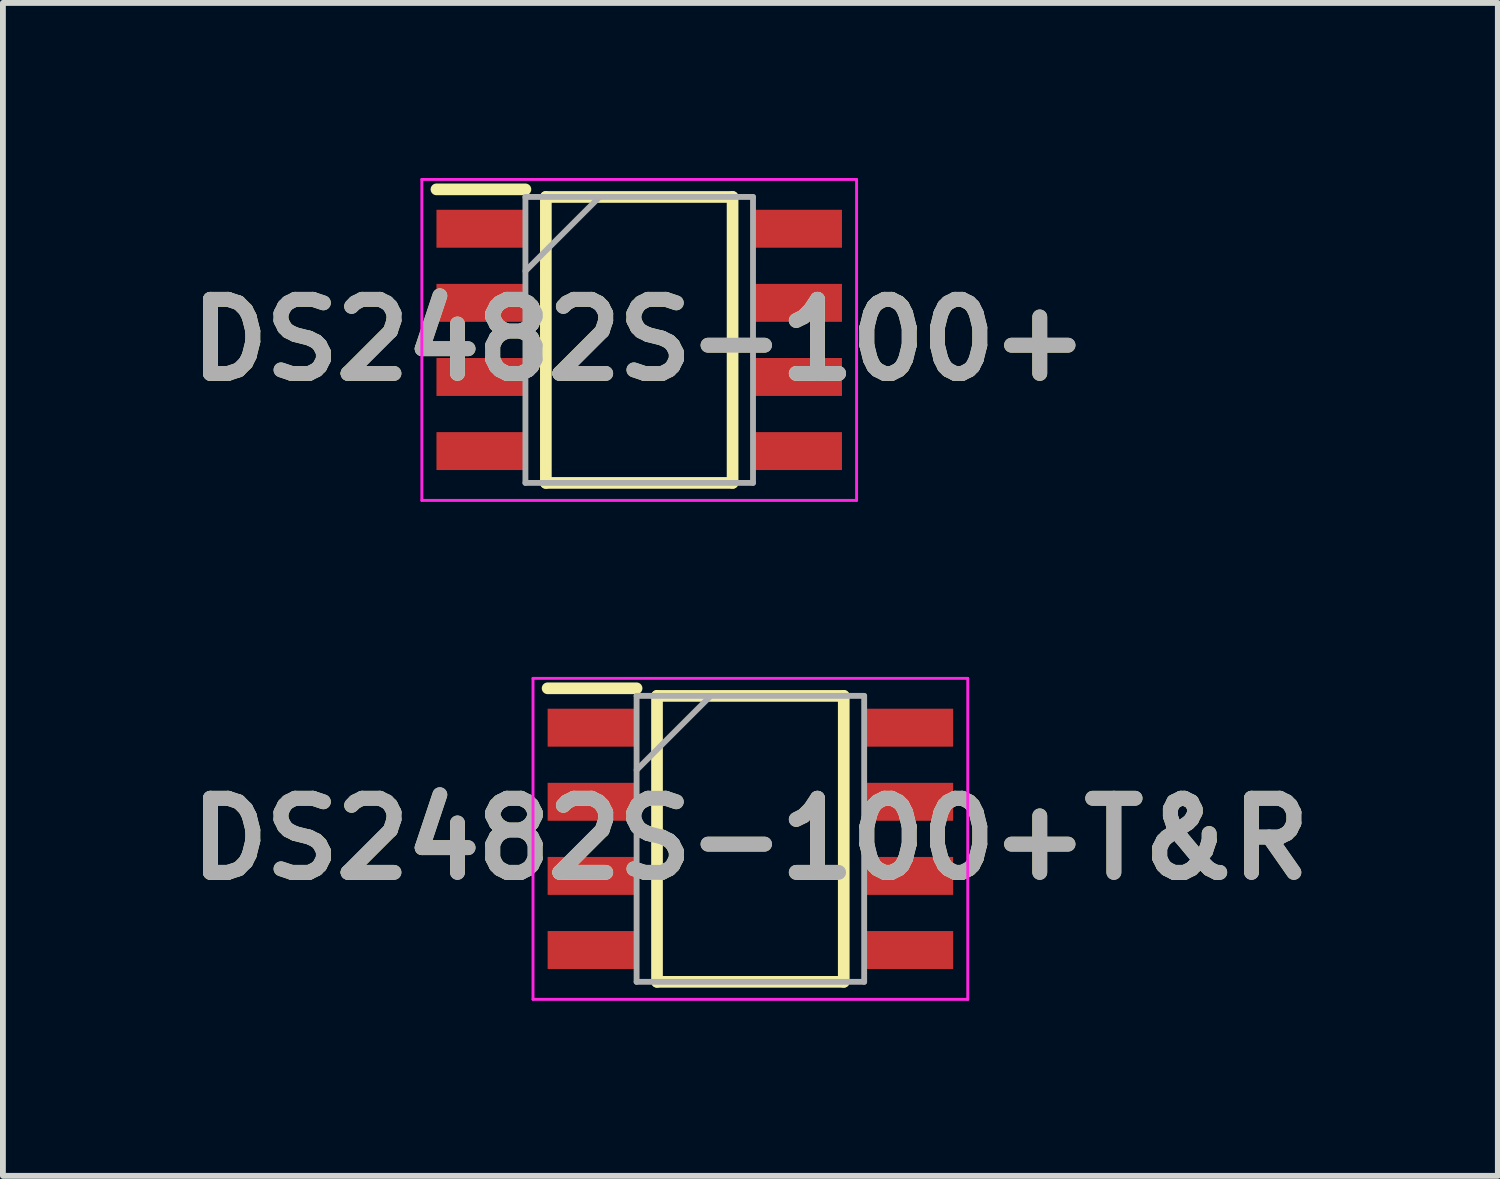
<source format=kicad_pcb>
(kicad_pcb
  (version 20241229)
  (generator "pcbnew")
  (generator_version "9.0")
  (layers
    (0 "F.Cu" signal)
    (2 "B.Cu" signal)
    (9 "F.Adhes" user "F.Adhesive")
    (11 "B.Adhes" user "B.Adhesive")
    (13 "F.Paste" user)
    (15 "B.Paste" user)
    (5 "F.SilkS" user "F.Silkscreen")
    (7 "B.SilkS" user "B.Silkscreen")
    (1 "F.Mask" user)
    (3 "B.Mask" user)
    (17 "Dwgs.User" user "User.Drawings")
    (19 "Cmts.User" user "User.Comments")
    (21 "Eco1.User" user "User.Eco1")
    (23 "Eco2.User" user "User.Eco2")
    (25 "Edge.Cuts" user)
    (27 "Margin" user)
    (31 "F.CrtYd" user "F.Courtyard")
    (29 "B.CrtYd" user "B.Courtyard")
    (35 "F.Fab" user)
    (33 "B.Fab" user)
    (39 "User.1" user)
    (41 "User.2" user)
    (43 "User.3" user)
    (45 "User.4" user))
  (footprint "DS2482S-100+T&R"
    (layer "F.Cu")
    (at 9.809 11.325)
    (property "Reference" "DS2482S-100+T&R" (at 0 0 0) (layer "F.SilkS") (effects (font (size 1.27 1.27) (thickness 0.254))))
    (attr smd)
    (fp_line (start -3.475 -2.58) (end -1.95 -2.58) (stroke (width 0.2) (type solid)) (layer "F.SilkS"))
    (fp_line (start -1.6 -2.45) (end 1.6 -2.45) (stroke (width 0.2) (type solid)) (layer "F.SilkS"))
    (fp_line (start -1.6 2.45) (end -1.6 -2.45) (stroke (width 0.2) (type solid)) (layer "F.SilkS"))
    (fp_line (start 1.6 -2.45) (end 1.6 2.45) (stroke (width 0.2) (type solid)) (layer "F.SilkS"))
    (fp_line (start 1.6 2.45) (end -1.6 2.45) (stroke (width 0.2) (type solid)) (layer "F.SilkS"))
    (fp_line (start -3.725 -2.75) (end 3.725 -2.75) (stroke (width 0.05) (type solid)) (layer "F.CrtYd"))
    (fp_line (start -3.725 2.75) (end -3.725 -2.75) (stroke (width 0.05) (type solid)) (layer "F.CrtYd"))
    (fp_line (start 3.725 -2.75) (end 3.725 2.75) (stroke (width 0.05) (type solid)) (layer "F.CrtYd"))
    (fp_line (start 3.725 2.75) (end -3.725 2.75) (stroke (width 0.05) (type solid)) (layer "F.CrtYd"))
    (fp_line (start -1.95 -2.45) (end 1.95 -2.45) (stroke (width 0.1) (type solid)) (layer "F.Fab"))
    (fp_line (start -1.95 -1.18) (end -0.68 -2.45) (stroke (width 0.1) (type solid)) (layer "F.Fab"))
    (fp_line (start -1.95 2.45) (end -1.95 -2.45) (stroke (width 0.1) (type solid)) (layer "F.Fab"))
    (fp_line (start 1.95 -2.45) (end 1.95 2.45) (stroke (width 0.1) (type solid)) (layer "F.Fab"))
    (fp_line (start 1.95 2.45) (end -1.95 2.45) (stroke (width 0.1) (type solid)) (layer "F.Fab"))
    (fp_text user "${REFERENCE}" (at 0 0 0) (layer "F.Fab") (effects (font (size 1.27 1.27) (thickness 0.254))))
    (pad "1" smd rect (at -2.712 -1.905 90) (size 0.65 1.525) (layers "F.Cu" "F.Mask" "F.Paste"))
    (pad "2" smd rect (at -2.712 -0.635 90) (size 0.65 1.525) (layers "F.Cu" "F.Mask" "F.Paste"))
    (pad "3" smd rect (at -2.712 0.635 90) (size 0.65 1.525) (layers "F.Cu" "F.Mask" "F.Paste"))
    (pad "4" smd rect (at -2.712 1.905 90) (size 0.65 1.525) (layers "F.Cu" "F.Mask" "F.Paste"))
    (pad "5" smd rect (at 2.712 1.905 90) (size 0.65 1.525) (layers "F.Cu" "F.Mask" "F.Paste"))
    (pad "6" smd rect (at 2.712 0.635 90) (size 0.65 1.525) (layers "F.Cu" "F.Mask" "F.Paste"))
    (pad "7" smd rect (at 2.712 -0.635 90) (size 0.65 1.525) (layers "F.Cu" "F.Mask" "F.Paste"))
    (pad "8" smd rect (at 2.712 -1.905 90) (size 0.65 1.525) (layers "F.Cu" "F.Mask" "F.Paste")))
  (footprint "DS2482S-100+"
    (layer "F.Cu")
    (at 7.904 2.775)
    (property "Reference" "DS2482S-100+" (at 0 0 0) (layer "F.SilkS") (effects (font (size 1.27 1.27) (thickness 0.254))))
    (attr smd)
    (fp_line (start -3.475 -2.58) (end -1.95 -2.58) (stroke (width 0.2) (type solid)) (layer "F.SilkS"))
    (fp_line (start -1.6 -2.45) (end 1.6 -2.45) (stroke (width 0.2) (type solid)) (layer "F.SilkS"))
    (fp_line (start -1.6 2.45) (end -1.6 -2.45) (stroke (width 0.2) (type solid)) (layer "F.SilkS"))
    (fp_line (start 1.6 -2.45) (end 1.6 2.45) (stroke (width 0.2) (type solid)) (layer "F.SilkS"))
    (fp_line (start 1.6 2.45) (end -1.6 2.45) (stroke (width 0.2) (type solid)) (layer "F.SilkS"))
    (fp_line (start -3.725 -2.75) (end 3.725 -2.75) (stroke (width 0.05) (type solid)) (layer "F.CrtYd"))
    (fp_line (start -3.725 2.75) (end -3.725 -2.75) (stroke (width 0.05) (type solid)) (layer "F.CrtYd"))
    (fp_line (start 3.725 -2.75) (end 3.725 2.75) (stroke (width 0.05) (type solid)) (layer "F.CrtYd"))
    (fp_line (start 3.725 2.75) (end -3.725 2.75) (stroke (width 0.05) (type solid)) (layer "F.CrtYd"))
    (fp_line (start -1.95 -2.45) (end 1.95 -2.45) (stroke (width 0.1) (type solid)) (layer "F.Fab"))
    (fp_line (start -1.95 -1.18) (end -0.68 -2.45) (stroke (width 0.1) (type solid)) (layer "F.Fab"))
    (fp_line (start -1.95 2.45) (end -1.95 -2.45) (stroke (width 0.1) (type solid)) (layer "F.Fab"))
    (fp_line (start 1.95 -2.45) (end 1.95 2.45) (stroke (width 0.1) (type solid)) (layer "F.Fab"))
    (fp_line (start 1.95 2.45) (end -1.95 2.45) (stroke (width 0.1) (type solid)) (layer "F.Fab"))
    (fp_text user "${REFERENCE}" (at 0 0 0) (layer "F.Fab") (effects (font (size 1.27 1.27) (thickness 0.254))))
    (pad "1" smd rect (at -2.712 -1.905 90) (size 0.65 1.525) (layers "F.Cu" "F.Mask" "F.Paste"))
    (pad "2" smd rect (at -2.712 -0.635 90) (size 0.65 1.525) (layers "F.Cu" "F.Mask" "F.Paste"))
    (pad "3" smd rect (at -2.712 0.635 90) (size 0.65 1.525) (layers "F.Cu" "F.Mask" "F.Paste"))
    (pad "4" smd rect (at -2.712 1.905 90) (size 0.65 1.525) (layers "F.Cu" "F.Mask" "F.Paste"))
    (pad "5" smd rect (at 2.712 1.905 90) (size 0.65 1.525) (layers "F.Cu" "F.Mask" "F.Paste"))
    (pad "6" smd rect (at 2.712 0.635 90) (size 0.65 1.525) (layers "F.Cu" "F.Mask" "F.Paste"))
    (pad "7" smd rect (at 2.712 -0.635 90) (size 0.65 1.525) (layers "F.Cu" "F.Mask" "F.Paste"))
    (pad "8" smd rect (at 2.712 -1.905 90) (size 0.65 1.525) (layers "F.Cu" "F.Mask" "F.Paste")))
  (gr_rect
    (start -3 -3)
    (end 22.618 17.1)
    (stroke (width 0.1) (type default))
    (fill no)
    (layer "Edge.Cuts")))
</source>
